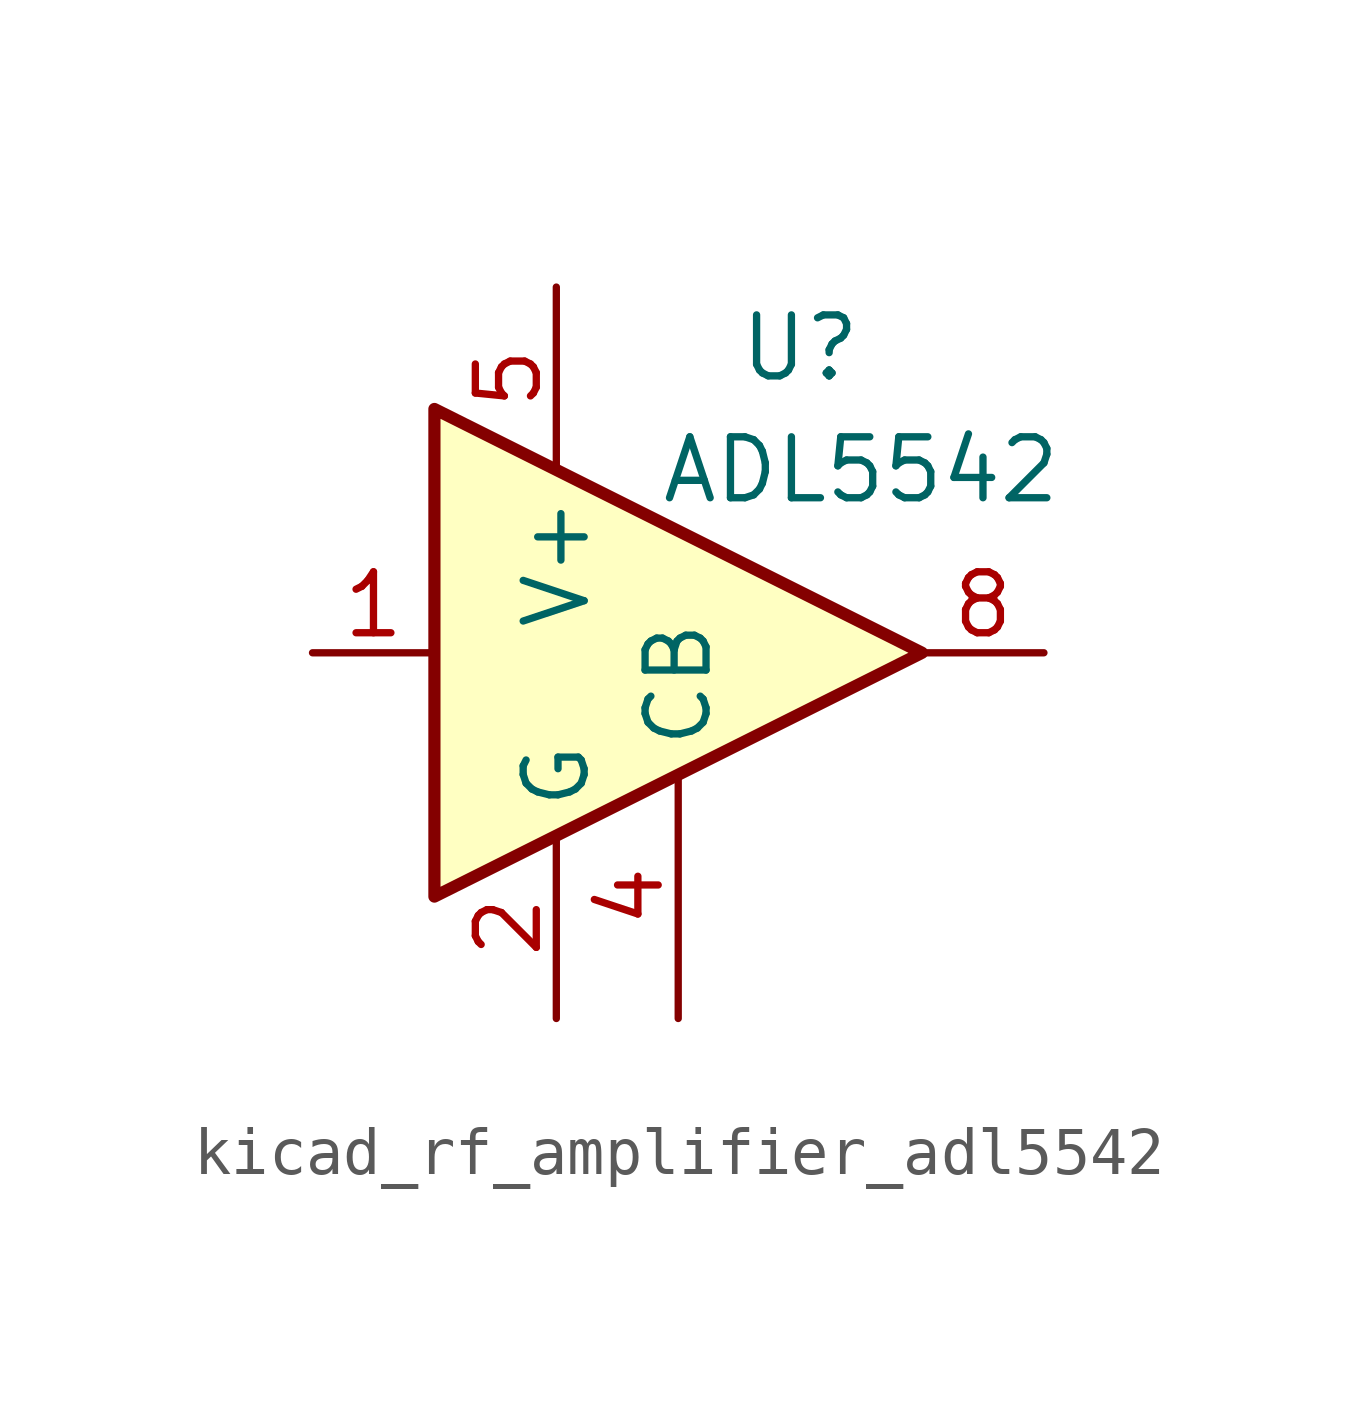
<source format=kicad_sym>
(kicad_symbol_lib
  (version 20220914)
  (generator kicad_symbol_editor)
  (symbol "kicad_rf_amplifier_adl5542"
    (property "Reference" "U"
      (at 2.54 6.35 0)
      (effects (font (size 1.27 1.27))))
    (property "Value" "ADL5542"
      (at 3.81 3.81 0)
      (effects (font (size 1.27 1.27))))
    (symbol "kicad_rf_amplifier_adl5542_0_1"
      (polyline (pts (xy 5.08 0) (xy -5.08 5.08) (xy -5.08 -5.08) (xy 5.08 0)) (stroke (width 0.254) (type default)) (fill (type background))))
    (symbol "kicad_rf_amplifier_adl5542_1_1"
      (pin input line (at -7.62 0 0) (length 2.54) (name "~" (effects (font (size 1.27 1.27)))) (number "1" (effects (font (size 1.27 1.27)))))
      (pin power_in line (at -2.54 -7.62 90) (length 3.81) (name "G" (effects (font (size 1.27 1.27)))) (number "2" (effects (font (size 1.27 1.27)))))
      (pin passive line (at 0 -7.62 90) (length 5.08) (name "CB" (effects (font (size 1.27 1.27)))) (number "4" (effects (font (size 1.27 1.27)))))
      (pin power_in line (at -2.54 7.62 270) (length 3.81) (name "V+" (effects (font (size 1.27 1.27)))) (number "5" (effects (font (size 1.27 1.27)))))
      (pin output line (at 7.62 0 180) (length 2.54) (name "~" (effects (font (size 1.27 1.27)))) (number "8" (effects (font (size 1.27 1.27))))))))
</source>
